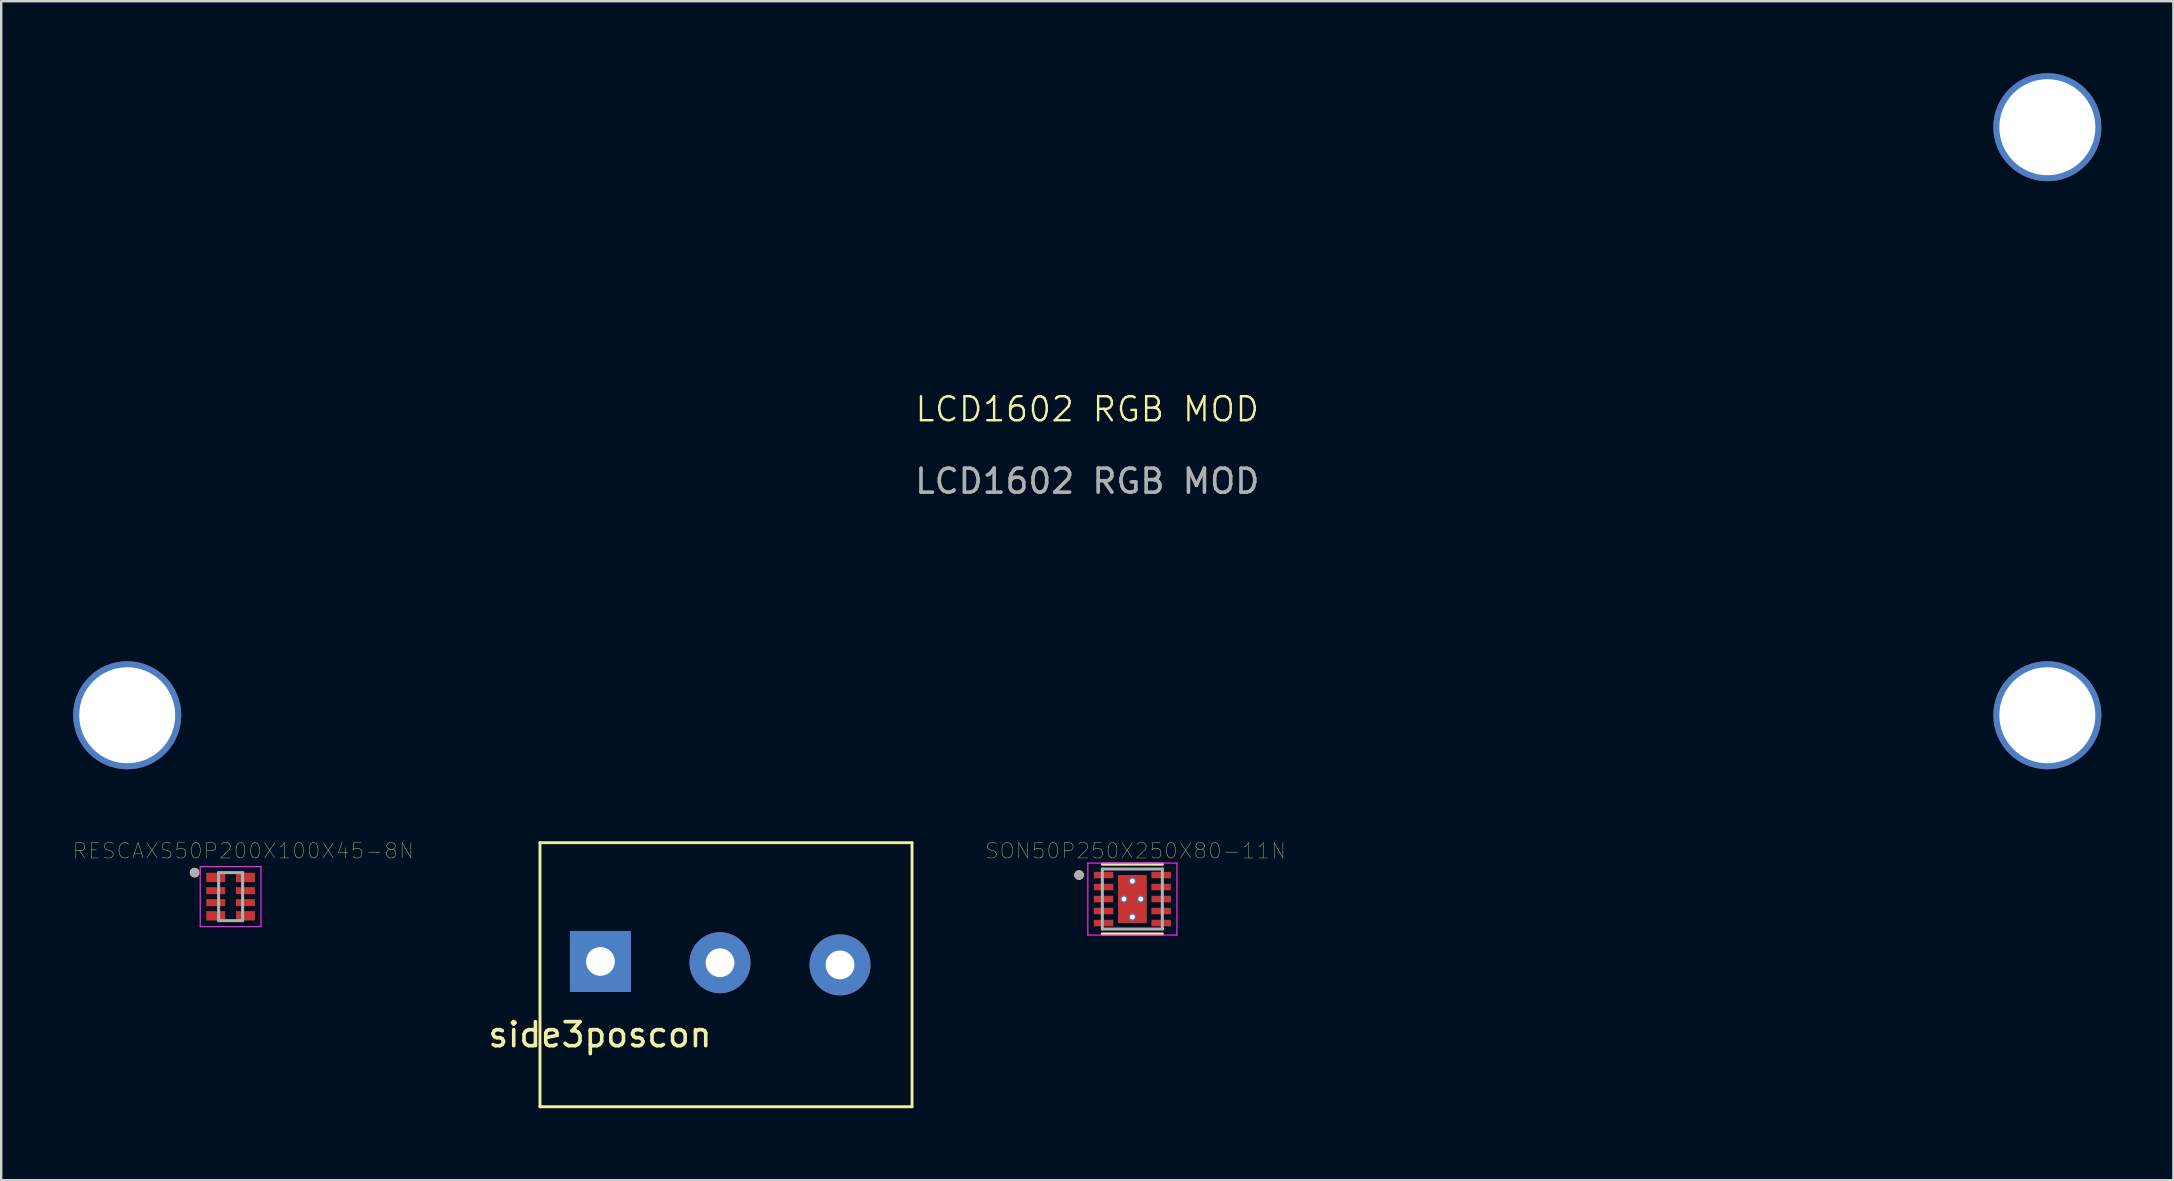
<source format=kicad_pcb>
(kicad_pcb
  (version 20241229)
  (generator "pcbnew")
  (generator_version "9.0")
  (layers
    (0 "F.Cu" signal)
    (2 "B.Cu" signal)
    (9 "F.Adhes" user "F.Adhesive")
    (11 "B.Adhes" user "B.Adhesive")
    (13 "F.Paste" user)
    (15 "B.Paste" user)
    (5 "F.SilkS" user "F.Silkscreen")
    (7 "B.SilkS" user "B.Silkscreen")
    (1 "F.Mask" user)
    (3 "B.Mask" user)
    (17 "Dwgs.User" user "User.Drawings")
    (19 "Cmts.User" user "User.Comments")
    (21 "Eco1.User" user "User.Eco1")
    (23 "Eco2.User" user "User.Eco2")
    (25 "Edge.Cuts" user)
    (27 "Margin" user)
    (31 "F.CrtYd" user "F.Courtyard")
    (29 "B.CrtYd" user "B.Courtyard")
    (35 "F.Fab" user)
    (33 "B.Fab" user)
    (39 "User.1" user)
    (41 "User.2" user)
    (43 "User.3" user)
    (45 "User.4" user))
  (footprint "SON50P250X250X80-11N"
    (layer "F.Cu")
    (at 44.128 34.407)
    (property "Reference" "SON50P250X250X80-11N" (at 0.132 -2.006 0) (layer "F.SilkS") (effects (font (size 0.64 0.64) (thickness 0.015))))
    (attr through_hole)
    (fp_line (start -1.25 -1.455) (end 1.25 -1.455) (stroke (width 0.127) (type solid)) (layer "F.SilkS"))
    (fp_line (start -1.25 1.455) (end 1.25 1.455) (stroke (width 0.127) (type solid)) (layer "F.SilkS"))
    (fp_circle (center -2.22 -1) (end -2.12 -1) (stroke (width 0.2) (type solid)) (fill no) (layer "F.SilkS"))
    (fp_poly (pts (xy -0.379 -0.632) (xy 0.379 -0.632) (xy 0.379 0.632) (xy -0.379 0.632)) (stroke (width 0.01) (type solid)) (fill yes) (layer "F.Paste"))
    (fp_line (start -1.855 -1.5) (end -1.855 1.5) (stroke (width 0.05) (type solid)) (layer "F.CrtYd"))
    (fp_line (start -1.855 -1.5) (end 1.855 -1.5) (stroke (width 0.05) (type solid)) (layer "F.CrtYd"))
    (fp_line (start -1.855 1.5) (end 1.855 1.5) (stroke (width 0.05) (type solid)) (layer "F.CrtYd"))
    (fp_line (start 1.855 -1.5) (end 1.855 1.5) (stroke (width 0.05) (type solid)) (layer "F.CrtYd"))
    (fp_line (start -1.25 -1.25) (end -1.25 1.25) (stroke (width 0.127) (type solid)) (layer "F.Fab"))
    (fp_line (start -1.25 -1.25) (end 1.25 -1.25) (stroke (width 0.127) (type solid)) (layer "F.Fab"))
    (fp_line (start -1.25 1.25) (end 1.25 1.25) (stroke (width 0.127) (type solid)) (layer "F.Fab"))
    (fp_line (start 1.25 -1.25) (end 1.25 1.25) (stroke (width 0.127) (type solid)) (layer "F.Fab"))
    (fp_circle (center -2.22 -1) (end -2.12 -1) (stroke (width 0.2) (type solid)) (fill no) (layer "F.Fab"))
    (pad "1" smd rect (at -1.2 -1) (size 0.81 0.27) (layers "F.Cu" "F.Mask" "F.Paste"))
    (pad "2" smd rect (at -1.2 -0.5) (size 0.81 0.27) (layers "F.Cu" "F.Mask" "F.Paste"))
    (pad "3" smd rect (at -1.2 0) (size 0.81 0.27) (layers "F.Cu" "F.Mask" "F.Paste"))
    (pad "4" smd rect (at -1.2 0.5) (size 0.81 0.27) (layers "F.Cu" "F.Mask" "F.Paste"))
    (pad "5" smd rect (at -1.2 1) (size 0.81 0.27) (layers "F.Cu" "F.Mask" "F.Paste"))
    (pad "6" smd rect (at 1.2 1) (size 0.81 0.27) (layers "F.Cu" "F.Mask" "F.Paste"))
    (pad "7" smd rect (at 1.2 0.5) (size 0.81 0.27) (layers "F.Cu" "F.Mask" "F.Paste"))
    (pad "8" smd rect (at 1.2 0) (size 0.81 0.27) (layers "F.Cu" "F.Mask" "F.Paste"))
    (pad "9" smd rect (at 1.2 -0.5) (size 0.81 0.27) (layers "F.Cu" "F.Mask" "F.Paste"))
    (pad "10" smd rect (at 1.2 -1) (size 0.81 0.27) (layers "F.Cu" "F.Mask" "F.Paste"))
    (pad "11" smd rect (at 0 0) (size 1.2 2) (layers "F.Cu" "F.Mask"))
    (pad "12" thru_hole circle (at 0.35 0) (size 0.3 0.3) (drill 0.2) (layers "*.Cu"))
    (pad "13" thru_hole circle (at -0.35 0) (size 0.3 0.3) (drill 0.2) (layers "*.Cu"))
    (pad "14" thru_hole circle (at 0 -0.75) (size 0.3 0.3) (drill 0.2) (layers "*.Cu"))
    (pad "15" thru_hole circle (at 0 0.75) (size 0.3 0.3) (drill 0.2) (layers "*.Cu")))
  (footprint "LCD1602 RGB MOD"
    (layer "F.Cu")
    (at 42.25 14.5)
    (property "Reference" "LCD1602 RGB MOD" (at 0 -0.5 0) (unlocked yes) (layer "F.SilkS") (effects (font (size 1 1) (thickness 0.1))))
    (attr through_hole)
    (fp_text user "${REFERENCE}" (at 0 2.5 0) (unlocked yes) (layer "F.Fab") (effects (font (size 1 1) (thickness 0.15))))
    (pad "1" thru_hole circle (at -40 12.25) (size 4.5 4.5) (drill 4) (layers "*.Cu" "*.Mask"))
    (pad "1" thru_hole circle (at 40 -12.25) (size 4.5 4.5) (drill 4) (layers "*.Cu" "*.Mask"))
    (pad "1" thru_hole circle (at 40 12.25) (size 4.5 4.5) (drill 4) (layers "*.Cu" "*.Mask")))
  (footprint "RESCAXS50P200X100X45-8N"
    (layer "F.Cu")
    (at 6.558 34.307)
    (property "Reference" "RESCAXS50P200X100X45-8N" (at 0.532 -1.906 0) (layer "F.SilkS") (effects (font (size 0.64 0.64) (thickness 0.015))))
    (attr through_hole)
    (fp_circle (center -1.5 -1) (end -1.4 -1) (stroke (width 0.2) (type solid)) (fill no) (layer "F.SilkS"))
    (fp_line (start -1.265 -1.25) (end -1.265 1.25) (stroke (width 0.05) (type solid)) (layer "F.CrtYd"))
    (fp_line (start -1.265 1.25) (end 1.265 1.25) (stroke (width 0.05) (type solid)) (layer "F.CrtYd"))
    (fp_line (start 1.265 -1.25) (end -1.265 -1.25) (stroke (width 0.05) (type solid)) (layer "F.CrtYd"))
    (fp_line (start 1.265 1.25) (end 1.265 -1.25) (stroke (width 0.05) (type solid)) (layer "F.CrtYd"))
    (fp_line (start -0.5 -1) (end 0.5 -1) (stroke (width 0.127) (type solid)) (layer "F.Fab"))
    (fp_line (start -0.5 1) (end -0.5 -1) (stroke (width 0.127) (type solid)) (layer "F.Fab"))
    (fp_line (start 0.5 -1) (end 0.5 1) (stroke (width 0.127) (type solid)) (layer "F.Fab"))
    (fp_line (start 0.5 1) (end -0.5 1) (stroke (width 0.127) (type solid)) (layer "F.Fab"))
    (fp_circle (center -1.5 -1) (end -1.4 -1) (stroke (width 0.2) (type solid)) (fill no) (layer "F.Fab"))
    (pad "1" smd rect (at -0.62 -0.8) (size 0.79 0.39) (layers "F.Cu" "F.Mask" "F.Paste"))
    (pad "2" smd rect (at -0.62 -0.25) (size 0.79 0.29) (layers "F.Cu" "F.Mask" "F.Paste"))
    (pad "3" smd rect (at -0.62 0.25) (size 0.79 0.29) (layers "F.Cu" "F.Mask" "F.Paste"))
    (pad "4" smd rect (at -0.62 0.8) (size 0.79 0.39) (layers "F.Cu" "F.Mask" "F.Paste"))
    (pad "5" smd rect (at 0.62 0.8) (size 0.79 0.39) (layers "F.Cu" "F.Mask" "F.Paste"))
    (pad "6" smd rect (at 0.62 0.25) (size 0.79 0.29) (layers "F.Cu" "F.Mask" "F.Paste"))
    (pad "7" smd rect (at 0.62 -0.25) (size 0.79 0.29) (layers "F.Cu" "F.Mask" "F.Paste"))
    (pad "8" smd rect (at 0.62 -0.8) (size 0.79 0.39) (layers "F.Cu" "F.Mask" "F.Paste")))
  (footprint "side3poscon"
    (layer "F.Cu")
    (at 21.948 37.06)
    (property "Reference" "side3poscon" (at 0 3 0) (layer "F.SilkS") (effects (font (size 1 1) (thickness 0.15))))
    (attr through_hole)
    (fp_line (start -2.5 -5) (end 13 -5) (stroke (width 0.12) (type solid)) (layer "F.SilkS"))
    (fp_line (start -2.5 6) (end -2.5 -5) (stroke (width 0.12) (type solid)) (layer "F.SilkS"))
    (fp_line (start 13 -5) (end 13 6) (stroke (width 0.12) (type solid)) (layer "F.SilkS"))
    (fp_line (start 13 6) (end -2.5 6) (stroke (width 0.12) (type solid)) (layer "F.SilkS"))
    (pad "1" thru_hole rect (at 0.018 -0.053) (size 2.54 2.54) (drill 1.2) (layers "*.Cu" "*.Mask"))
    (pad "2" thru_hole circle (at 5 0) (size 2.54 2.54) (drill 1.2) (layers "*.Cu" "*.Mask"))
    (pad "3" thru_hole circle (at 10 0.091) (size 2.54 2.54) (drill 1.2) (layers "*.Cu" "*.Mask")))
  (gr_rect
    (start -3 -3)
    (end 87.5 46.12)
    (stroke (width 0.1) (type default))
    (fill no)
    (layer "Edge.Cuts")))
</source>
